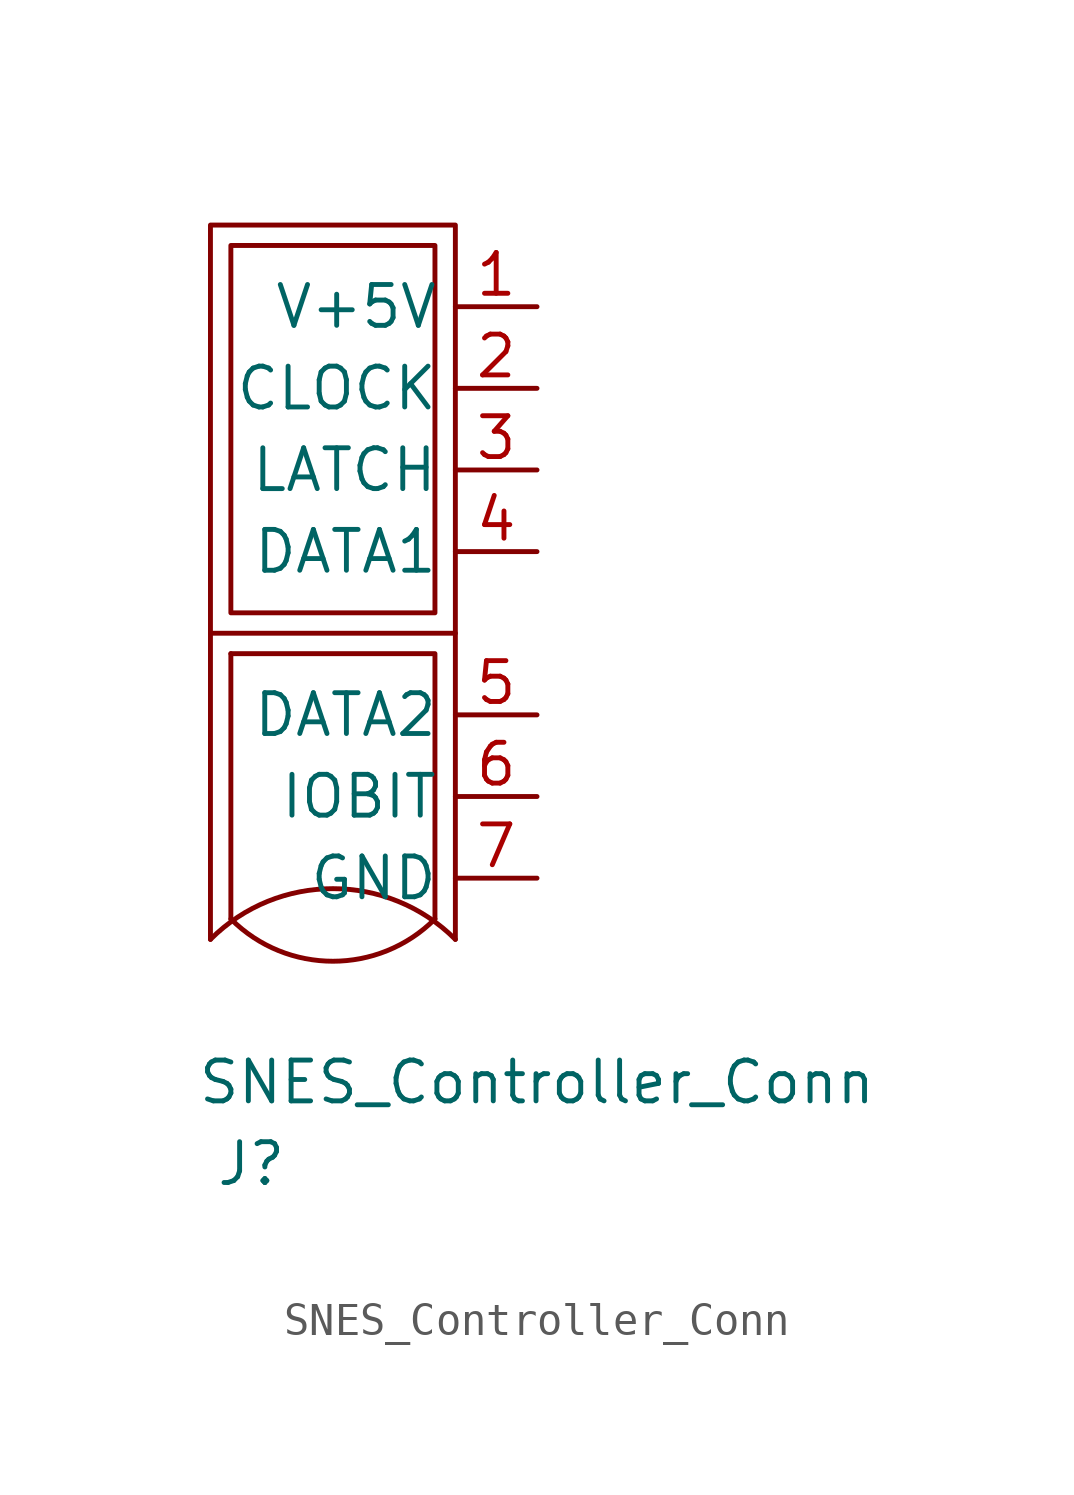
<source format=kicad_sym>
(kicad_symbol_lib
  (version 20211014)
  (generator kicad_symbol_editor)
  (symbol "SNES_Controller_Conn"
    (property "Reference" "J"
      (at -8.89 0 0)
      (effects (font (size 1.27 1.27))))
    (property "Value" "SNES_Controller_Conn"
      (at 0 2.54 0)
      (effects (font (size 1.27 1.27))))
    (symbol "SNES_Controller_Conn_0_1"
      (arc (start -9.525 7.62) (mid -6.35 6.3049) (end -3.175 7.62) (stroke (width 0) (type default) (color 0 0 0 0)) (fill (type none)))
      (rectangle (start -9.525 28.575) (end -3.175 17.145) (stroke (width 0) (type default) (color 0 0 0 0)) (fill (type none)))
      (arc (start -2.54 6.9849) (mid -6.35 16.1832) (end -10.16 6.9849) (stroke (width 0) (type default) (color 0 0 0 0)) (fill (type none)))
      (polyline (pts (xy -9.525 15.875) (xy -9.525 7.62)) (stroke (width 0) (type default) (color 0 0 0 0)) (fill (type none)))
      (polyline (pts (xy -2.54 16.51) (xy -10.16 16.51)) (stroke (width 0) (type default) (color 0 0 0 0)) (fill (type none)))
      (polyline (pts (xy -9.525 15.875) (xy -3.175 15.875) (xy -3.175 7.62)) (stroke (width 0) (type default) (color 0 0 0 0)) (fill (type none)))
      (polyline (pts (xy -10.16 6.985) (xy -10.16 29.21) (xy -2.54 29.21) (xy -2.54 6.985)) (stroke (width 0) (type default) (color 0 0 0 0)) (fill (type none))))
    (symbol "SNES_Controller_Conn_1_1"
      (pin power_in line (at 0 26.67 180) (length 2.54) (name "V+5V" (effects (font (size 1.27 1.27)))) (number "1" (effects (font (size 1.27 1.27)))))
      (pin input line (at 0 24.13 180) (length 2.54) (name "CLOCK" (effects (font (size 1.27 1.27)))) (number "2" (effects (font (size 1.27 1.27)))))
      (pin input line (at 0 21.59 180) (length 2.54) (name "LATCH" (effects (font (size 1.27 1.27)))) (number "3" (effects (font (size 1.27 1.27)))))
      (pin output line (at 0 19.05 180) (length 2.54) (name "DATA1" (effects (font (size 1.27 1.27)))) (number "4" (effects (font (size 1.27 1.27)))))
      (pin input line (at 0 13.97 180) (length 2.54) (name "DATA2" (effects (font (size 1.27 1.27)))) (number "5" (effects (font (size 1.27 1.27)))))
      (pin input line (at 0 11.43 180) (length 2.54) (name "IOBIT" (effects (font (size 1.27 1.27)))) (number "6" (effects (font (size 1.27 1.27)))))
      (pin power_in line (at 0 8.89 180) (length 2.54) (name "GND" (effects (font (size 1.27 1.27)))) (number "7" (effects (font (size 1.27 1.27))))))))
</source>
